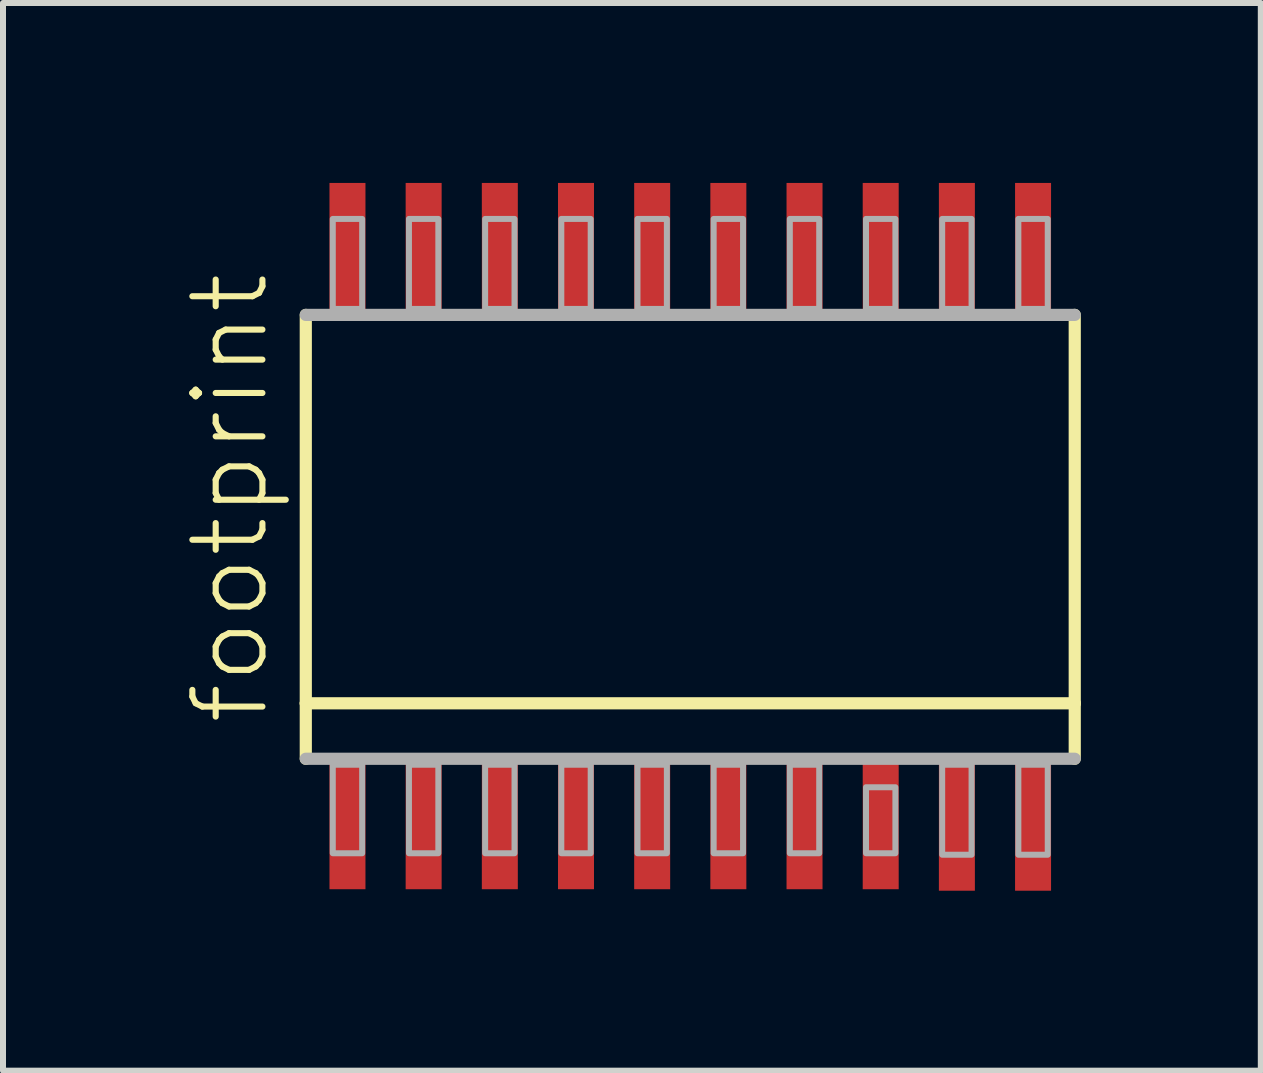
<source format=kicad_pcb>
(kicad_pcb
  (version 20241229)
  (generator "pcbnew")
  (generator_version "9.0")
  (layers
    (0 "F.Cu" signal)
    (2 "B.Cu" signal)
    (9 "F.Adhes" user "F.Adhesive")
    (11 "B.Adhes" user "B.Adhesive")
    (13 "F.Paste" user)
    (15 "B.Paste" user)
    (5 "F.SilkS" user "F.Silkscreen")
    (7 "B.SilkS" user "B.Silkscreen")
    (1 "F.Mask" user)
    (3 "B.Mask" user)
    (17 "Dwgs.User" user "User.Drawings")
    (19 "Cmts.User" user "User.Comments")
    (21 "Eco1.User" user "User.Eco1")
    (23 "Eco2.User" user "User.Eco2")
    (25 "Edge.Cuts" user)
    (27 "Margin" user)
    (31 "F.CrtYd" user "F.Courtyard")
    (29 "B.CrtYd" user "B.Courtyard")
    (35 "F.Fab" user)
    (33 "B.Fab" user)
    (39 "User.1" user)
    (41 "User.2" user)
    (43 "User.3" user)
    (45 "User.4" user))
  (footprint "footprint"
    (layer "F.Cu")
    (at 8.458 5.9)
    (property "Reference" "footprint" (at -6.985 3.175 90) (layer "F.SilkS") (effects (font (size 1.168 1.168) (thickness 0.102)) (justify left bottom)))
    (fp_line (start -6.41 2.775) (end -6.41 -3.7) (stroke (width 0.203) (type solid)) (layer "F.SilkS"))
    (fp_line (start -6.41 3.7) (end -6.41 2.775) (stroke (width 0.203) (type solid)) (layer "F.SilkS"))
    (fp_line (start 6.41 -3.7) (end 6.41 2.775) (stroke (width 0.203) (type solid)) (layer "F.SilkS"))
    (fp_line (start 6.41 2.775) (end -6.41 2.775) (stroke (width 0.203) (type solid)) (layer "F.SilkS"))
    (fp_line (start 6.41 2.775) (end 6.41 3.7) (stroke (width 0.203) (type solid)) (layer "F.SilkS"))
    (fp_line (start -6.41 -3.7) (end 6.41 -3.7) (stroke (width 0.203) (type solid)) (layer "F.Fab"))
    (fp_line (start 6.41 3.7) (end -6.41 3.7) (stroke (width 0.203) (type solid)) (layer "F.Fab"))
    (fp_poly (pts (xy -5.96 -3.8) (xy -5.47 -3.8) (xy -5.47 -5.3) (xy -5.96 -5.3)) (stroke (width 0.1) (type solid)) (fill no) (layer "F.Fab"))
    (fp_poly (pts (xy -5.96 5.275) (xy -5.47 5.275) (xy -5.47 3.8) (xy -5.96 3.8)) (stroke (width 0.1) (type solid)) (fill no) (layer "F.Fab"))
    (fp_poly (pts (xy -4.69 -3.8) (xy -4.2 -3.8) (xy -4.2 -5.3) (xy -4.69 -5.3)) (stroke (width 0.1) (type solid)) (fill no) (layer "F.Fab"))
    (fp_poly (pts (xy -4.69 5.275) (xy -4.2 5.275) (xy -4.2 3.8) (xy -4.69 3.8)) (stroke (width 0.1) (type solid)) (fill no) (layer "F.Fab"))
    (fp_poly (pts (xy -3.42 -3.8) (xy -2.93 -3.8) (xy -2.93 -5.3) (xy -3.42 -5.3)) (stroke (width 0.1) (type solid)) (fill no) (layer "F.Fab"))
    (fp_poly (pts (xy -3.42 5.275) (xy -2.93 5.275) (xy -2.93 3.8) (xy -3.42 3.8)) (stroke (width 0.1) (type solid)) (fill no) (layer "F.Fab"))
    (fp_poly (pts (xy -2.15 -3.8) (xy -1.66 -3.8) (xy -1.66 -5.3) (xy -2.15 -5.3)) (stroke (width 0.1) (type solid)) (fill no) (layer "F.Fab"))
    (fp_poly (pts (xy -2.15 5.275) (xy -1.66 5.275) (xy -1.66 3.8) (xy -2.15 3.8)) (stroke (width 0.1) (type solid)) (fill no) (layer "F.Fab"))
    (fp_poly (pts (xy -0.88 -3.8) (xy -0.39 -3.8) (xy -0.39 -5.3) (xy -0.88 -5.3)) (stroke (width 0.1) (type solid)) (fill no) (layer "F.Fab"))
    (fp_poly (pts (xy -0.88 5.275) (xy -0.39 5.275) (xy -0.39 3.8) (xy -0.88 3.8)) (stroke (width 0.1) (type solid)) (fill no) (layer "F.Fab"))
    (fp_poly (pts (xy 0.39 -3.8) (xy 0.88 -3.8) (xy 0.88 -5.3) (xy 0.39 -5.3)) (stroke (width 0.1) (type solid)) (fill no) (layer "F.Fab"))
    (fp_poly (pts (xy 0.39 5.275) (xy 0.88 5.275) (xy 0.88 3.8) (xy 0.39 3.8)) (stroke (width 0.1) (type solid)) (fill no) (layer "F.Fab"))
    (fp_poly (pts (xy 1.66 -3.8) (xy 2.15 -3.8) (xy 2.15 -5.3) (xy 1.66 -5.3)) (stroke (width 0.1) (type solid)) (fill no) (layer "F.Fab"))
    (fp_poly (pts (xy 1.66 5.275) (xy 2.15 5.275) (xy 2.15 3.8) (xy 1.66 3.8)) (stroke (width 0.1) (type solid)) (fill no) (layer "F.Fab"))
    (fp_poly (pts (xy 2.93 -3.8) (xy 3.42 -3.8) (xy 3.42 -5.3) (xy 2.93 -5.3)) (stroke (width 0.1) (type solid)) (fill no) (layer "F.Fab"))
    (fp_poly (pts (xy 2.93 5.275) (xy 3.42 5.275) (xy 3.42 4.175) (xy 2.93 4.175)) (stroke (width 0.1) (type solid)) (fill no) (layer "F.Fab"))
    (fp_poly (pts (xy 4.2 -3.8) (xy 4.69 -3.8) (xy 4.69 -5.3) (xy 4.2 -5.3)) (stroke (width 0.1) (type solid)) (fill no) (layer "F.Fab"))
    (fp_poly (pts (xy 4.69 3.8) (xy 4.2 3.8) (xy 4.2 5.3) (xy 4.69 5.3)) (stroke (width 0.1) (type solid)) (fill no) (layer "F.Fab"))
    (fp_poly (pts (xy 5.47 -3.8) (xy 5.96 -3.8) (xy 5.96 -5.3) (xy 5.47 -5.3)) (stroke (width 0.1) (type solid)) (fill no) (layer "F.Fab"))
    (fp_poly (pts (xy 5.96 3.8) (xy 5.47 3.8) (xy 5.47 5.3) (xy 5.96 5.3)) (stroke (width 0.1) (type solid)) (fill no) (layer "F.Fab"))
    (pad "1" smd rect (at -5.715 4.775) (size 0.6 2.2) (layers "F.Cu" "F.Mask" "F.Paste"))
    (pad "2" smd rect (at -4.445 4.775) (size 0.6 2.2) (layers "F.Cu" "F.Mask" "F.Paste"))
    (pad "3" smd rect (at -3.175 4.775) (size 0.6 2.2) (layers "F.Cu" "F.Mask" "F.Paste"))
    (pad "4" smd rect (at -1.905 4.775) (size 0.6 2.2) (layers "F.Cu" "F.Mask" "F.Paste"))
    (pad "5" smd rect (at -0.635 4.775) (size 0.6 2.2) (layers "F.Cu" "F.Mask" "F.Paste"))
    (pad "6" smd rect (at 0.635 4.775) (size 0.6 2.2) (layers "F.Cu" "F.Mask" "F.Paste"))
    (pad "7" smd rect (at 1.905 4.775) (size 0.6 2.2) (layers "F.Cu" "F.Mask" "F.Paste"))
    (pad "8" smd rect (at 3.175 4.775) (size 0.6 2.2) (layers "F.Cu" "F.Mask" "F.Paste"))
    (pad "9" smd rect (at 4.445 4.8 180) (size 0.6 2.2) (layers "F.Cu" "F.Mask" "F.Paste"))
    (pad "10" smd rect (at 5.715 4.8 180) (size 0.6 2.2) (layers "F.Cu" "F.Mask" "F.Paste"))
    (pad "11" smd rect (at 5.715 -4.8) (size 0.6 2.2) (layers "F.Cu" "F.Mask" "F.Paste"))
    (pad "12" smd rect (at 4.445 -4.8) (size 0.6 2.2) (layers "F.Cu" "F.Mask" "F.Paste"))
    (pad "13" smd rect (at 3.175 -4.8) (size 0.6 2.2) (layers "F.Cu" "F.Mask" "F.Paste"))
    (pad "14" smd rect (at 1.905 -4.8) (size 0.6 2.2) (layers "F.Cu" "F.Mask" "F.Paste"))
    (pad "15" smd rect (at 0.635 -4.8) (size 0.6 2.2) (layers "F.Cu" "F.Mask" "F.Paste"))
    (pad "16" smd rect (at -0.635 -4.8) (size 0.6 2.2) (layers "F.Cu" "F.Mask" "F.Paste"))
    (pad "17" smd rect (at -1.905 -4.8) (size 0.6 2.2) (layers "F.Cu" "F.Mask" "F.Paste"))
    (pad "18" smd rect (at -3.175 -4.8) (size 0.6 2.2) (layers "F.Cu" "F.Mask" "F.Paste"))
    (pad "19" smd rect (at -4.445 -4.8) (size 0.6 2.2) (layers "F.Cu" "F.Mask" "F.Paste"))
    (pad "20" smd rect (at -5.715 -4.8) (size 0.6 2.2) (layers "F.Cu" "F.Mask" "F.Paste")))
  (gr_rect
    (start -3 -3)
    (end 17.97 14.8)
    (stroke (width 0.1) (type default))
    (fill no)
    (layer "Edge.Cuts")))
</source>
